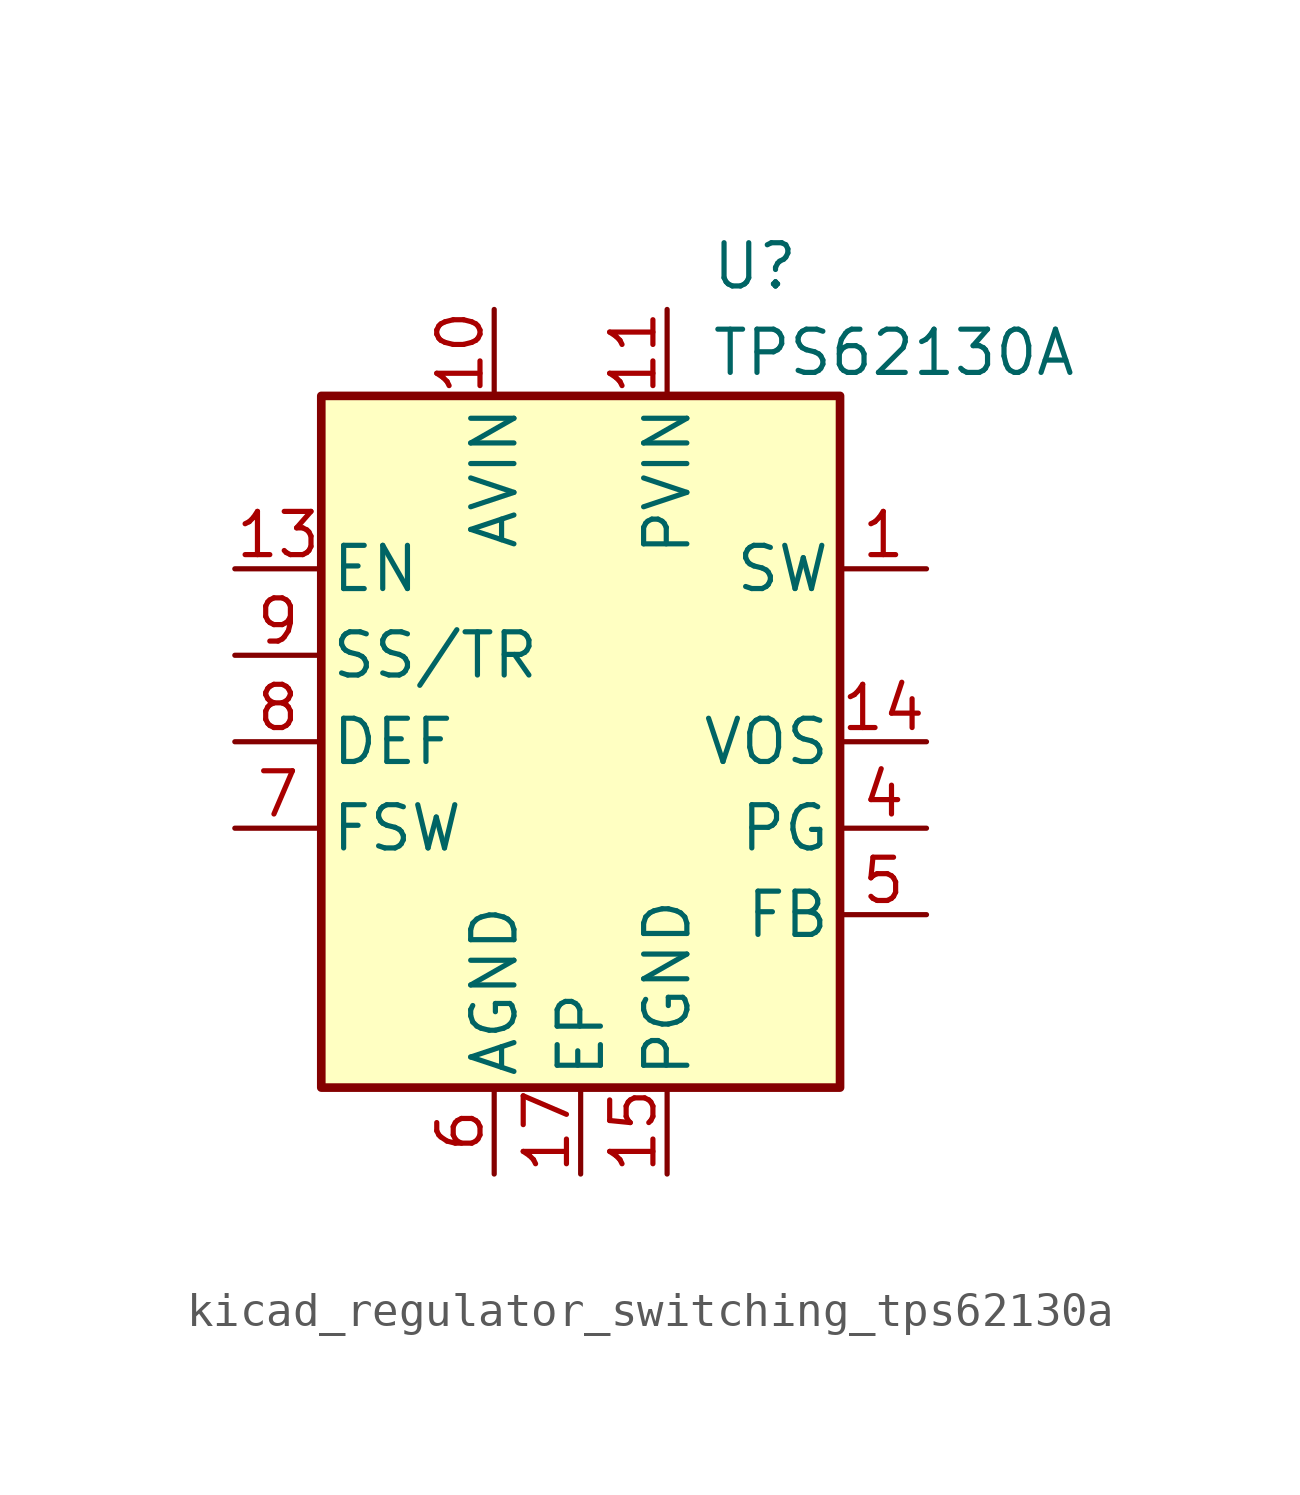
<source format=kicad_sym>
(kicad_symbol_lib
  (version 20220914)
  (generator kicad_symbol_editor)
  (symbol "kicad_regulator_switching_tps62130a"
    (pin_names
      (offset 0.254))
    (property "Reference" "U"
      (at 3.81 13.97 0)
      (effects (font (size 1.27 1.27)) (justify left)))
    (property "Value" "TPS62130A"
      (at 3.81 11.43 0)
      (effects (font (size 1.27 1.27)) (justify left)))
    (symbol "kicad_regulator_switching_tps62130a_0_1"
      (rectangle (start -7.62 10.16) (end 7.62 -10.16) (stroke (width 0.254) (type default)) (fill (type background))))
    (symbol "kicad_regulator_switching_tps62130a_1_1"
      (pin output line (at 10.16 5.08 180) (length 2.54) (name "SW" (effects (font (size 1.27 1.27)))) (number "1" (effects (font (size 1.27 1.27)))))
      (pin power_in line (at -2.54 12.7 270) (length 2.54) (name "AVIN" (effects (font (size 1.27 1.27)))) (number "10" (effects (font (size 1.27 1.27)))))
      (pin power_in line (at 2.54 12.7 270) (length 2.54) (name "PVIN" (effects (font (size 1.27 1.27)))) (number "11" (effects (font (size 1.27 1.27)))))
      (pin passive line (at 2.54 12.7 270) (length 2.54) hide (name "PVIN" (effects (font (size 1.27 1.27)))) (number "12" (effects (font (size 1.27 1.27)))))
      (pin input line (at -10.16 5.08 0) (length 2.54) (name "EN" (effects (font (size 1.27 1.27)))) (number "13" (effects (font (size 1.27 1.27)))))
      (pin input line (at 10.16 0 180) (length 2.54) (name "VOS" (effects (font (size 1.27 1.27)))) (number "14" (effects (font (size 1.27 1.27)))))
      (pin power_in line (at 2.54 -12.7 90) (length 2.54) (name "PGND" (effects (font (size 1.27 1.27)))) (number "15" (effects (font (size 1.27 1.27)))))
      (pin passive line (at 2.54 -12.7 90) (length 2.54) hide (name "PGND" (effects (font (size 1.27 1.27)))) (number "16" (effects (font (size 1.27 1.27)))))
      (pin power_in line (at 0 -12.7 90) (length 2.54) (name "EP" (effects (font (size 1.27 1.27)))) (number "17" (effects (font (size 1.27 1.27)))))
      (pin passive line (at 10.16 5.08 180) (length 2.54) hide (name "SW" (effects (font (size 1.27 1.27)))) (number "2" (effects (font (size 1.27 1.27)))))
      (pin passive line (at 10.16 5.08 180) (length 2.54) hide (name "SW" (effects (font (size 1.27 1.27)))) (number "3" (effects (font (size 1.27 1.27)))))
      (pin open_collector line (at 10.16 -2.54 180) (length 2.54) (name "PG" (effects (font (size 1.27 1.27)))) (number "4" (effects (font (size 1.27 1.27)))))
      (pin input line (at 10.16 -5.08 180) (length 2.54) (name "FB" (effects (font (size 1.27 1.27)))) (number "5" (effects (font (size 1.27 1.27)))))
      (pin power_in line (at -2.54 -12.7 90) (length 2.54) (name "AGND" (effects (font (size 1.27 1.27)))) (number "6" (effects (font (size 1.27 1.27)))))
      (pin input line (at -10.16 -2.54 0) (length 2.54) (name "FSW" (effects (font (size 1.27 1.27)))) (number "7" (effects (font (size 1.27 1.27)))))
      (pin input line (at -10.16 0 0) (length 2.54) (name "DEF" (effects (font (size 1.27 1.27)))) (number "8" (effects (font (size 1.27 1.27)))))
      (pin input line (at -10.16 2.54 0) (length 2.54) (name "SS/TR" (effects (font (size 1.27 1.27)))) (number "9" (effects (font (size 1.27 1.27))))))))
</source>
